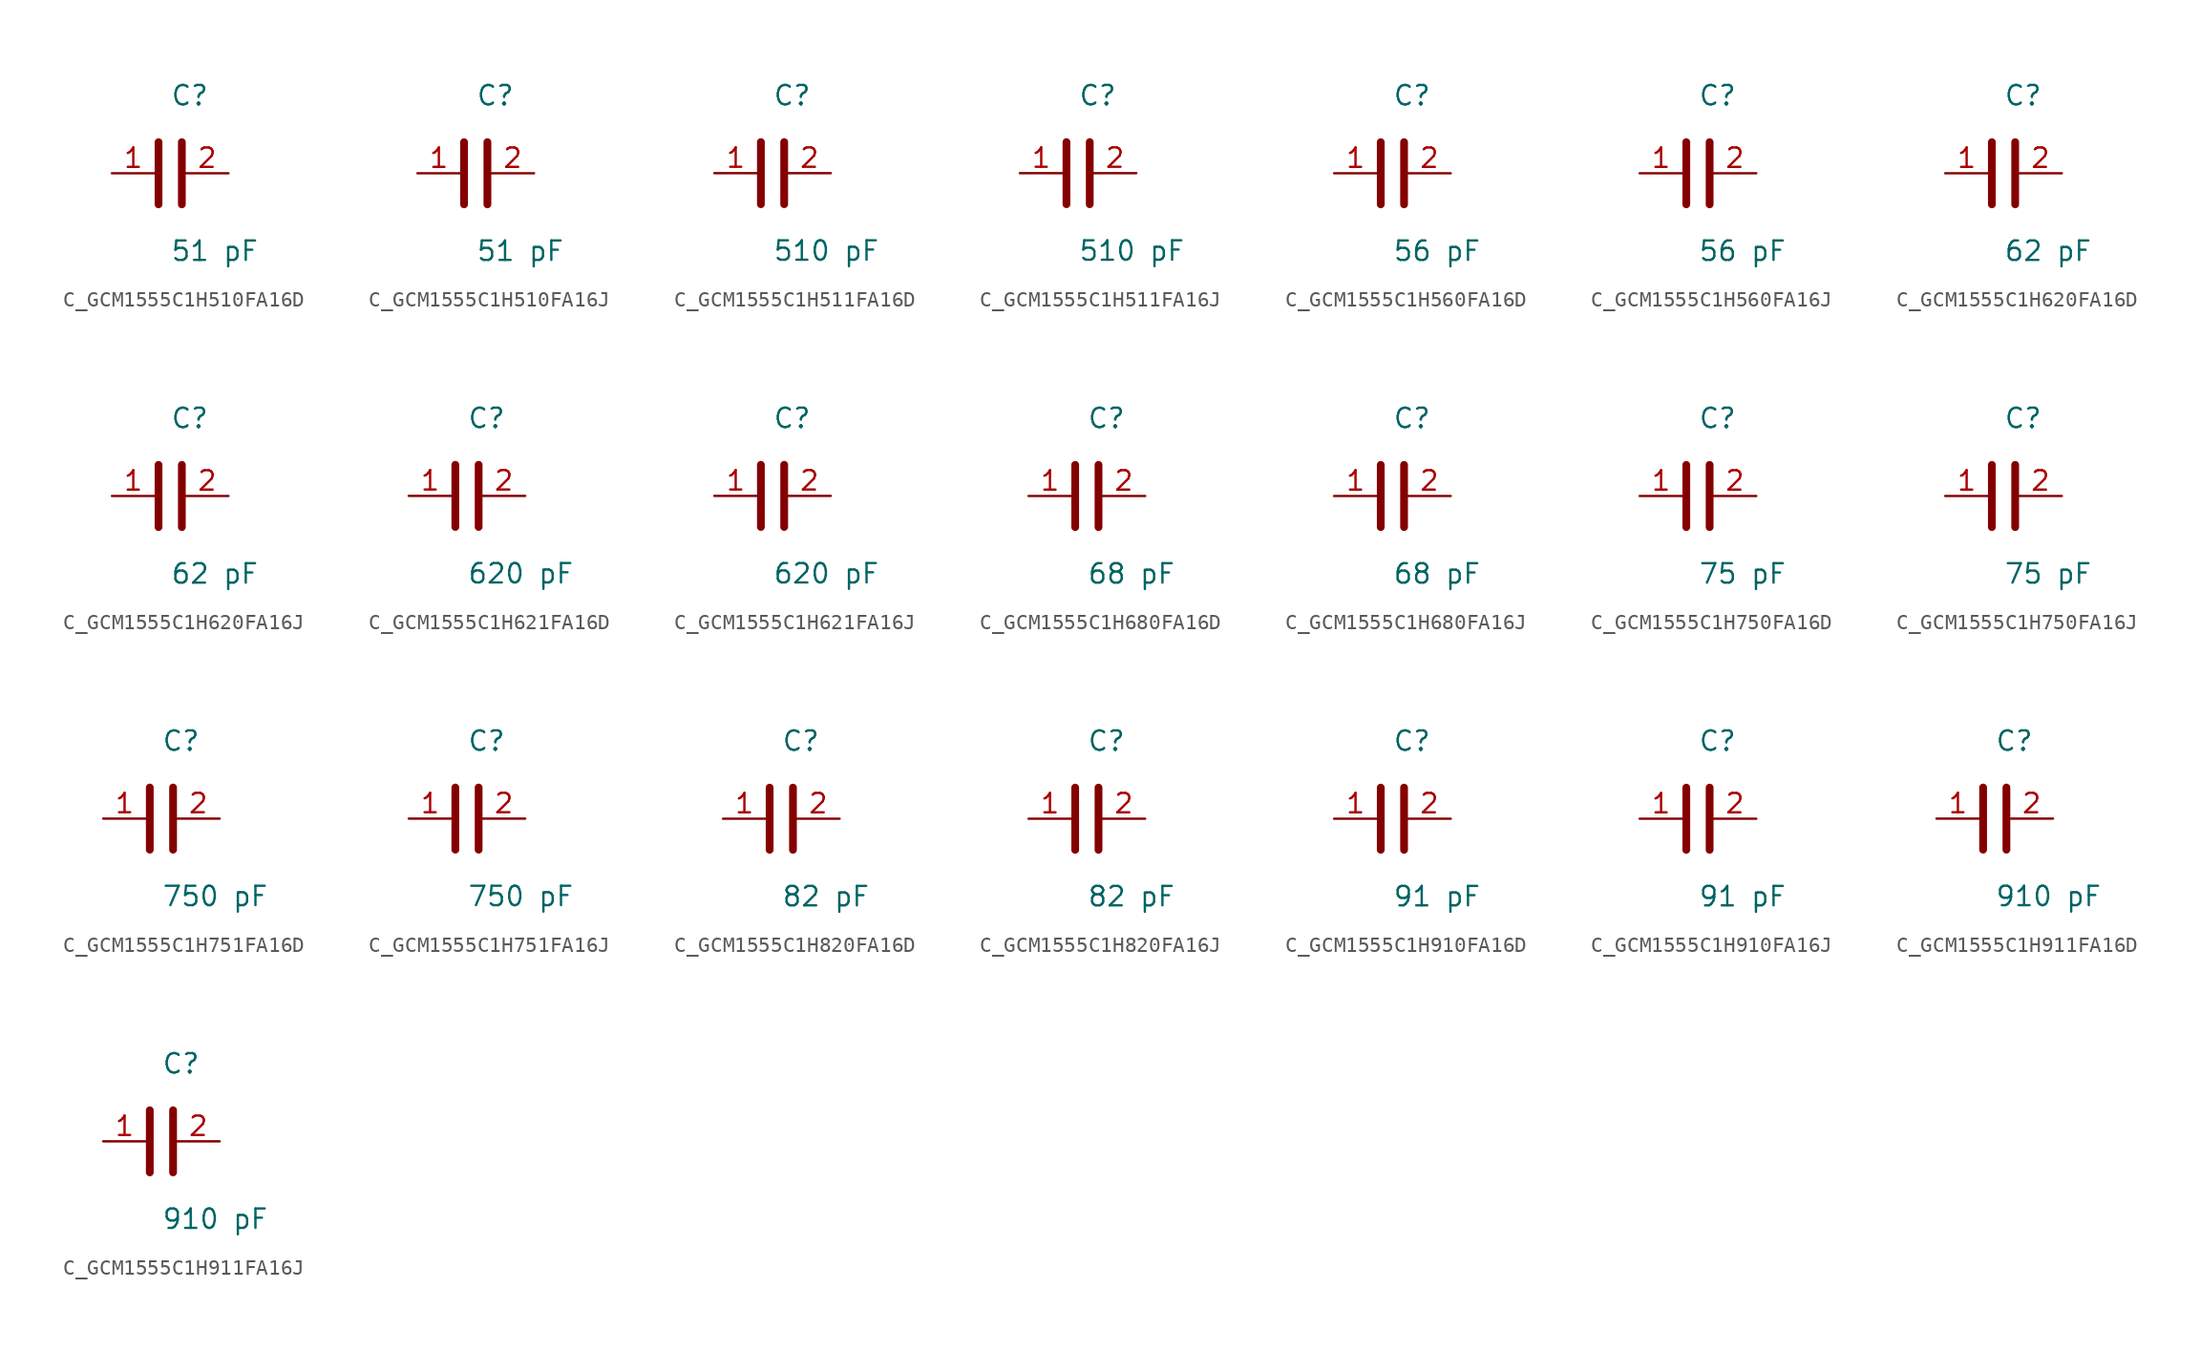
<source format=kicad_sym>
(kicad_symbol_lib
  (version 20231120)
  (generator kicad_symbol_editor)
  (generator_version 8.0)
  (symbol "C_GCM1555C1H510FA16D"
    (pin_names
      (offset 0.254))
    (property "Reference" "C"
      (at 0.0 5.08 0)
      (effects (font (size 1.27 1.27)) (justify left)))
    (property "Value" "51 pF"
      (at 0.0 -5.08 0)
      (effects (font (size 1.27 1.27)) (justify left)))
    (symbol "C_GCM1555C1H510FA16D_0_1"
      (polyline (pts (xy -0.762 -2.032) (xy -0.762 2.032)) (stroke (width 0.508) (type default)) (fill (type none)))
      (polyline (pts (xy 0.762 -2.032) (xy 0.762 2.032)) (stroke (width 0.508) (type default)) (fill (type none))))
    (pin unspecified line
      (at -3.81 0 0)
      (length 2.8)
      (name "" (effects (font (size 1.27 1.27))))
      (number "1" (effects (font (size 1.27 1.27)))))
    (pin unspecified line
      (at 3.81 0 180)
      (length 2.8)
      (name "" (effects (font (size 1.27 1.27))))
      (number "2" (effects (font (size 1.27 1.27))))))
  (symbol "C_GCM1555C1H510FA16J"
    (pin_names
      (offset 0.254))
    (property "Reference" "C"
      (at 0.0 5.08 0)
      (effects (font (size 1.27 1.27)) (justify left)))
    (property "Value" "51 pF"
      (at 0.0 -5.08 0)
      (effects (font (size 1.27 1.27)) (justify left)))
    (symbol "C_GCM1555C1H510FA16J_0_1"
      (polyline (pts (xy -0.762 -2.032) (xy -0.762 2.032)) (stroke (width 0.508) (type default)) (fill (type none)))
      (polyline (pts (xy 0.762 -2.032) (xy 0.762 2.032)) (stroke (width 0.508) (type default)) (fill (type none))))
    (pin unspecified line
      (at -3.81 0 0)
      (length 2.8)
      (name "" (effects (font (size 1.27 1.27))))
      (number "1" (effects (font (size 1.27 1.27)))))
    (pin unspecified line
      (at 3.81 0 180)
      (length 2.8)
      (name "" (effects (font (size 1.27 1.27))))
      (number "2" (effects (font (size 1.27 1.27))))))
  (symbol "C_GCM1555C1H511FA16D"
    (pin_names
      (offset 0.254))
    (property "Reference" "C"
      (at 0.0 5.08 0)
      (effects (font (size 1.27 1.27)) (justify left)))
    (property "Value" "510 pF"
      (at 0.0 -5.08 0)
      (effects (font (size 1.27 1.27)) (justify left)))
    (symbol "C_GCM1555C1H511FA16D_0_1"
      (polyline (pts (xy -0.762 -2.032) (xy -0.762 2.032)) (stroke (width 0.508) (type default)) (fill (type none)))
      (polyline (pts (xy 0.762 -2.032) (xy 0.762 2.032)) (stroke (width 0.508) (type default)) (fill (type none))))
    (pin unspecified line
      (at -3.81 0 0)
      (length 2.8)
      (name "" (effects (font (size 1.27 1.27))))
      (number "1" (effects (font (size 1.27 1.27)))))
    (pin unspecified line
      (at 3.81 0 180)
      (length 2.8)
      (name "" (effects (font (size 1.27 1.27))))
      (number "2" (effects (font (size 1.27 1.27))))))
  (symbol "C_GCM1555C1H511FA16J"
    (pin_names
      (offset 0.254))
    (property "Reference" "C"
      (at 0.0 5.08 0)
      (effects (font (size 1.27 1.27)) (justify left)))
    (property "Value" "510 pF"
      (at 0.0 -5.08 0)
      (effects (font (size 1.27 1.27)) (justify left)))
    (symbol "C_GCM1555C1H511FA16J_0_1"
      (polyline (pts (xy -0.762 -2.032) (xy -0.762 2.032)) (stroke (width 0.508) (type default)) (fill (type none)))
      (polyline (pts (xy 0.762 -2.032) (xy 0.762 2.032)) (stroke (width 0.508) (type default)) (fill (type none))))
    (pin unspecified line
      (at -3.81 0 0)
      (length 2.8)
      (name "" (effects (font (size 1.27 1.27))))
      (number "1" (effects (font (size 1.27 1.27)))))
    (pin unspecified line
      (at 3.81 0 180)
      (length 2.8)
      (name "" (effects (font (size 1.27 1.27))))
      (number "2" (effects (font (size 1.27 1.27))))))
  (symbol "C_GCM1555C1H560FA16D"
    (pin_names
      (offset 0.254))
    (property "Reference" "C"
      (at 0.0 5.08 0)
      (effects (font (size 1.27 1.27)) (justify left)))
    (property "Value" "56 pF"
      (at 0.0 -5.08 0)
      (effects (font (size 1.27 1.27)) (justify left)))
    (symbol "C_GCM1555C1H560FA16D_0_1"
      (polyline (pts (xy -0.762 -2.032) (xy -0.762 2.032)) (stroke (width 0.508) (type default)) (fill (type none)))
      (polyline (pts (xy 0.762 -2.032) (xy 0.762 2.032)) (stroke (width 0.508) (type default)) (fill (type none))))
    (pin unspecified line
      (at -3.81 0 0)
      (length 2.8)
      (name "" (effects (font (size 1.27 1.27))))
      (number "1" (effects (font (size 1.27 1.27)))))
    (pin unspecified line
      (at 3.81 0 180)
      (length 2.8)
      (name "" (effects (font (size 1.27 1.27))))
      (number "2" (effects (font (size 1.27 1.27))))))
  (symbol "C_GCM1555C1H560FA16J"
    (pin_names
      (offset 0.254))
    (property "Reference" "C"
      (at 0.0 5.08 0)
      (effects (font (size 1.27 1.27)) (justify left)))
    (property "Value" "56 pF"
      (at 0.0 -5.08 0)
      (effects (font (size 1.27 1.27)) (justify left)))
    (symbol "C_GCM1555C1H560FA16J_0_1"
      (polyline (pts (xy -0.762 -2.032) (xy -0.762 2.032)) (stroke (width 0.508) (type default)) (fill (type none)))
      (polyline (pts (xy 0.762 -2.032) (xy 0.762 2.032)) (stroke (width 0.508) (type default)) (fill (type none))))
    (pin unspecified line
      (at -3.81 0 0)
      (length 2.8)
      (name "" (effects (font (size 1.27 1.27))))
      (number "1" (effects (font (size 1.27 1.27)))))
    (pin unspecified line
      (at 3.81 0 180)
      (length 2.8)
      (name "" (effects (font (size 1.27 1.27))))
      (number "2" (effects (font (size 1.27 1.27))))))
  (symbol "C_GCM1555C1H620FA16D"
    (pin_names
      (offset 0.254))
    (property "Reference" "C"
      (at 0.0 5.08 0)
      (effects (font (size 1.27 1.27)) (justify left)))
    (property "Value" "62 pF"
      (at 0.0 -5.08 0)
      (effects (font (size 1.27 1.27)) (justify left)))
    (symbol "C_GCM1555C1H620FA16D_0_1"
      (polyline (pts (xy -0.762 -2.032) (xy -0.762 2.032)) (stroke (width 0.508) (type default)) (fill (type none)))
      (polyline (pts (xy 0.762 -2.032) (xy 0.762 2.032)) (stroke (width 0.508) (type default)) (fill (type none))))
    (pin unspecified line
      (at -3.81 0 0)
      (length 2.8)
      (name "" (effects (font (size 1.27 1.27))))
      (number "1" (effects (font (size 1.27 1.27)))))
    (pin unspecified line
      (at 3.81 0 180)
      (length 2.8)
      (name "" (effects (font (size 1.27 1.27))))
      (number "2" (effects (font (size 1.27 1.27))))))
  (symbol "C_GCM1555C1H620FA16J"
    (pin_names
      (offset 0.254))
    (property "Reference" "C"
      (at 0.0 5.08 0)
      (effects (font (size 1.27 1.27)) (justify left)))
    (property "Value" "62 pF"
      (at 0.0 -5.08 0)
      (effects (font (size 1.27 1.27)) (justify left)))
    (symbol "C_GCM1555C1H620FA16J_0_1"
      (polyline (pts (xy -0.762 -2.032) (xy -0.762 2.032)) (stroke (width 0.508) (type default)) (fill (type none)))
      (polyline (pts (xy 0.762 -2.032) (xy 0.762 2.032)) (stroke (width 0.508) (type default)) (fill (type none))))
    (pin unspecified line
      (at -3.81 0 0)
      (length 2.8)
      (name "" (effects (font (size 1.27 1.27))))
      (number "1" (effects (font (size 1.27 1.27)))))
    (pin unspecified line
      (at 3.81 0 180)
      (length 2.8)
      (name "" (effects (font (size 1.27 1.27))))
      (number "2" (effects (font (size 1.27 1.27))))))
  (symbol "C_GCM1555C1H621FA16D"
    (pin_names
      (offset 0.254))
    (property "Reference" "C"
      (at 0.0 5.08 0)
      (effects (font (size 1.27 1.27)) (justify left)))
    (property "Value" "620 pF"
      (at 0.0 -5.08 0)
      (effects (font (size 1.27 1.27)) (justify left)))
    (symbol "C_GCM1555C1H621FA16D_0_1"
      (polyline (pts (xy -0.762 -2.032) (xy -0.762 2.032)) (stroke (width 0.508) (type default)) (fill (type none)))
      (polyline (pts (xy 0.762 -2.032) (xy 0.762 2.032)) (stroke (width 0.508) (type default)) (fill (type none))))
    (pin unspecified line
      (at -3.81 0 0)
      (length 2.8)
      (name "" (effects (font (size 1.27 1.27))))
      (number "1" (effects (font (size 1.27 1.27)))))
    (pin unspecified line
      (at 3.81 0 180)
      (length 2.8)
      (name "" (effects (font (size 1.27 1.27))))
      (number "2" (effects (font (size 1.27 1.27))))))
  (symbol "C_GCM1555C1H621FA16J"
    (pin_names
      (offset 0.254))
    (property "Reference" "C"
      (at 0.0 5.08 0)
      (effects (font (size 1.27 1.27)) (justify left)))
    (property "Value" "620 pF"
      (at 0.0 -5.08 0)
      (effects (font (size 1.27 1.27)) (justify left)))
    (symbol "C_GCM1555C1H621FA16J_0_1"
      (polyline (pts (xy -0.762 -2.032) (xy -0.762 2.032)) (stroke (width 0.508) (type default)) (fill (type none)))
      (polyline (pts (xy 0.762 -2.032) (xy 0.762 2.032)) (stroke (width 0.508) (type default)) (fill (type none))))
    (pin unspecified line
      (at -3.81 0 0)
      (length 2.8)
      (name "" (effects (font (size 1.27 1.27))))
      (number "1" (effects (font (size 1.27 1.27)))))
    (pin unspecified line
      (at 3.81 0 180)
      (length 2.8)
      (name "" (effects (font (size 1.27 1.27))))
      (number "2" (effects (font (size 1.27 1.27))))))
  (symbol "C_GCM1555C1H680FA16D"
    (pin_names
      (offset 0.254))
    (property "Reference" "C"
      (at 0.0 5.08 0)
      (effects (font (size 1.27 1.27)) (justify left)))
    (property "Value" "68 pF"
      (at 0.0 -5.08 0)
      (effects (font (size 1.27 1.27)) (justify left)))
    (symbol "C_GCM1555C1H680FA16D_0_1"
      (polyline (pts (xy -0.762 -2.032) (xy -0.762 2.032)) (stroke (width 0.508) (type default)) (fill (type none)))
      (polyline (pts (xy 0.762 -2.032) (xy 0.762 2.032)) (stroke (width 0.508) (type default)) (fill (type none))))
    (pin unspecified line
      (at -3.81 0 0)
      (length 2.8)
      (name "" (effects (font (size 1.27 1.27))))
      (number "1" (effects (font (size 1.27 1.27)))))
    (pin unspecified line
      (at 3.81 0 180)
      (length 2.8)
      (name "" (effects (font (size 1.27 1.27))))
      (number "2" (effects (font (size 1.27 1.27))))))
  (symbol "C_GCM1555C1H680FA16J"
    (pin_names
      (offset 0.254))
    (property "Reference" "C"
      (at 0.0 5.08 0)
      (effects (font (size 1.27 1.27)) (justify left)))
    (property "Value" "68 pF"
      (at 0.0 -5.08 0)
      (effects (font (size 1.27 1.27)) (justify left)))
    (symbol "C_GCM1555C1H680FA16J_0_1"
      (polyline (pts (xy -0.762 -2.032) (xy -0.762 2.032)) (stroke (width 0.508) (type default)) (fill (type none)))
      (polyline (pts (xy 0.762 -2.032) (xy 0.762 2.032)) (stroke (width 0.508) (type default)) (fill (type none))))
    (pin unspecified line
      (at -3.81 0 0)
      (length 2.8)
      (name "" (effects (font (size 1.27 1.27))))
      (number "1" (effects (font (size 1.27 1.27)))))
    (pin unspecified line
      (at 3.81 0 180)
      (length 2.8)
      (name "" (effects (font (size 1.27 1.27))))
      (number "2" (effects (font (size 1.27 1.27))))))
  (symbol "C_GCM1555C1H750FA16D"
    (pin_names
      (offset 0.254))
    (property "Reference" "C"
      (at 0.0 5.08 0)
      (effects (font (size 1.27 1.27)) (justify left)))
    (property "Value" "75 pF"
      (at 0.0 -5.08 0)
      (effects (font (size 1.27 1.27)) (justify left)))
    (symbol "C_GCM1555C1H750FA16D_0_1"
      (polyline (pts (xy -0.762 -2.032) (xy -0.762 2.032)) (stroke (width 0.508) (type default)) (fill (type none)))
      (polyline (pts (xy 0.762 -2.032) (xy 0.762 2.032)) (stroke (width 0.508) (type default)) (fill (type none))))
    (pin unspecified line
      (at -3.81 0 0)
      (length 2.8)
      (name "" (effects (font (size 1.27 1.27))))
      (number "1" (effects (font (size 1.27 1.27)))))
    (pin unspecified line
      (at 3.81 0 180)
      (length 2.8)
      (name "" (effects (font (size 1.27 1.27))))
      (number "2" (effects (font (size 1.27 1.27))))))
  (symbol "C_GCM1555C1H750FA16J"
    (pin_names
      (offset 0.254))
    (property "Reference" "C"
      (at 0.0 5.08 0)
      (effects (font (size 1.27 1.27)) (justify left)))
    (property "Value" "75 pF"
      (at 0.0 -5.08 0)
      (effects (font (size 1.27 1.27)) (justify left)))
    (symbol "C_GCM1555C1H750FA16J_0_1"
      (polyline (pts (xy -0.762 -2.032) (xy -0.762 2.032)) (stroke (width 0.508) (type default)) (fill (type none)))
      (polyline (pts (xy 0.762 -2.032) (xy 0.762 2.032)) (stroke (width 0.508) (type default)) (fill (type none))))
    (pin unspecified line
      (at -3.81 0 0)
      (length 2.8)
      (name "" (effects (font (size 1.27 1.27))))
      (number "1" (effects (font (size 1.27 1.27)))))
    (pin unspecified line
      (at 3.81 0 180)
      (length 2.8)
      (name "" (effects (font (size 1.27 1.27))))
      (number "2" (effects (font (size 1.27 1.27))))))
  (symbol "C_GCM1555C1H751FA16D"
    (pin_names
      (offset 0.254))
    (property "Reference" "C"
      (at 0.0 5.08 0)
      (effects (font (size 1.27 1.27)) (justify left)))
    (property "Value" "750 pF"
      (at 0.0 -5.08 0)
      (effects (font (size 1.27 1.27)) (justify left)))
    (symbol "C_GCM1555C1H751FA16D_0_1"
      (polyline (pts (xy -0.762 -2.032) (xy -0.762 2.032)) (stroke (width 0.508) (type default)) (fill (type none)))
      (polyline (pts (xy 0.762 -2.032) (xy 0.762 2.032)) (stroke (width 0.508) (type default)) (fill (type none))))
    (pin unspecified line
      (at -3.81 0 0)
      (length 2.8)
      (name "" (effects (font (size 1.27 1.27))))
      (number "1" (effects (font (size 1.27 1.27)))))
    (pin unspecified line
      (at 3.81 0 180)
      (length 2.8)
      (name "" (effects (font (size 1.27 1.27))))
      (number "2" (effects (font (size 1.27 1.27))))))
  (symbol "C_GCM1555C1H751FA16J"
    (pin_names
      (offset 0.254))
    (property "Reference" "C"
      (at 0.0 5.08 0)
      (effects (font (size 1.27 1.27)) (justify left)))
    (property "Value" "750 pF"
      (at 0.0 -5.08 0)
      (effects (font (size 1.27 1.27)) (justify left)))
    (symbol "C_GCM1555C1H751FA16J_0_1"
      (polyline (pts (xy -0.762 -2.032) (xy -0.762 2.032)) (stroke (width 0.508) (type default)) (fill (type none)))
      (polyline (pts (xy 0.762 -2.032) (xy 0.762 2.032)) (stroke (width 0.508) (type default)) (fill (type none))))
    (pin unspecified line
      (at -3.81 0 0)
      (length 2.8)
      (name "" (effects (font (size 1.27 1.27))))
      (number "1" (effects (font (size 1.27 1.27)))))
    (pin unspecified line
      (at 3.81 0 180)
      (length 2.8)
      (name "" (effects (font (size 1.27 1.27))))
      (number "2" (effects (font (size 1.27 1.27))))))
  (symbol "C_GCM1555C1H820FA16D"
    (pin_names
      (offset 0.254))
    (property "Reference" "C"
      (at 0.0 5.08 0)
      (effects (font (size 1.27 1.27)) (justify left)))
    (property "Value" "82 pF"
      (at 0.0 -5.08 0)
      (effects (font (size 1.27 1.27)) (justify left)))
    (symbol "C_GCM1555C1H820FA16D_0_1"
      (polyline (pts (xy -0.762 -2.032) (xy -0.762 2.032)) (stroke (width 0.508) (type default)) (fill (type none)))
      (polyline (pts (xy 0.762 -2.032) (xy 0.762 2.032)) (stroke (width 0.508) (type default)) (fill (type none))))
    (pin unspecified line
      (at -3.81 0 0)
      (length 2.8)
      (name "" (effects (font (size 1.27 1.27))))
      (number "1" (effects (font (size 1.27 1.27)))))
    (pin unspecified line
      (at 3.81 0 180)
      (length 2.8)
      (name "" (effects (font (size 1.27 1.27))))
      (number "2" (effects (font (size 1.27 1.27))))))
  (symbol "C_GCM1555C1H820FA16J"
    (pin_names
      (offset 0.254))
    (property "Reference" "C"
      (at 0.0 5.08 0)
      (effects (font (size 1.27 1.27)) (justify left)))
    (property "Value" "82 pF"
      (at 0.0 -5.08 0)
      (effects (font (size 1.27 1.27)) (justify left)))
    (symbol "C_GCM1555C1H820FA16J_0_1"
      (polyline (pts (xy -0.762 -2.032) (xy -0.762 2.032)) (stroke (width 0.508) (type default)) (fill (type none)))
      (polyline (pts (xy 0.762 -2.032) (xy 0.762 2.032)) (stroke (width 0.508) (type default)) (fill (type none))))
    (pin unspecified line
      (at -3.81 0 0)
      (length 2.8)
      (name "" (effects (font (size 1.27 1.27))))
      (number "1" (effects (font (size 1.27 1.27)))))
    (pin unspecified line
      (at 3.81 0 180)
      (length 2.8)
      (name "" (effects (font (size 1.27 1.27))))
      (number "2" (effects (font (size 1.27 1.27))))))
  (symbol "C_GCM1555C1H910FA16D"
    (pin_names
      (offset 0.254))
    (property "Reference" "C"
      (at 0.0 5.08 0)
      (effects (font (size 1.27 1.27)) (justify left)))
    (property "Value" "91 pF"
      (at 0.0 -5.08 0)
      (effects (font (size 1.27 1.27)) (justify left)))
    (symbol "C_GCM1555C1H910FA16D_0_1"
      (polyline (pts (xy -0.762 -2.032) (xy -0.762 2.032)) (stroke (width 0.508) (type default)) (fill (type none)))
      (polyline (pts (xy 0.762 -2.032) (xy 0.762 2.032)) (stroke (width 0.508) (type default)) (fill (type none))))
    (pin unspecified line
      (at -3.81 0 0)
      (length 2.8)
      (name "" (effects (font (size 1.27 1.27))))
      (number "1" (effects (font (size 1.27 1.27)))))
    (pin unspecified line
      (at 3.81 0 180)
      (length 2.8)
      (name "" (effects (font (size 1.27 1.27))))
      (number "2" (effects (font (size 1.27 1.27))))))
  (symbol "C_GCM1555C1H910FA16J"
    (pin_names
      (offset 0.254))
    (property "Reference" "C"
      (at 0.0 5.08 0)
      (effects (font (size 1.27 1.27)) (justify left)))
    (property "Value" "91 pF"
      (at 0.0 -5.08 0)
      (effects (font (size 1.27 1.27)) (justify left)))
    (symbol "C_GCM1555C1H910FA16J_0_1"
      (polyline (pts (xy -0.762 -2.032) (xy -0.762 2.032)) (stroke (width 0.508) (type default)) (fill (type none)))
      (polyline (pts (xy 0.762 -2.032) (xy 0.762 2.032)) (stroke (width 0.508) (type default)) (fill (type none))))
    (pin unspecified line
      (at -3.81 0 0)
      (length 2.8)
      (name "" (effects (font (size 1.27 1.27))))
      (number "1" (effects (font (size 1.27 1.27)))))
    (pin unspecified line
      (at 3.81 0 180)
      (length 2.8)
      (name "" (effects (font (size 1.27 1.27))))
      (number "2" (effects (font (size 1.27 1.27))))))
  (symbol "C_GCM1555C1H911FA16D"
    (pin_names
      (offset 0.254))
    (property "Reference" "C"
      (at 0.0 5.08 0)
      (effects (font (size 1.27 1.27)) (justify left)))
    (property "Value" "910 pF"
      (at 0.0 -5.08 0)
      (effects (font (size 1.27 1.27)) (justify left)))
    (symbol "C_GCM1555C1H911FA16D_0_1"
      (polyline (pts (xy -0.762 -2.032) (xy -0.762 2.032)) (stroke (width 0.508) (type default)) (fill (type none)))
      (polyline (pts (xy 0.762 -2.032) (xy 0.762 2.032)) (stroke (width 0.508) (type default)) (fill (type none))))
    (pin unspecified line
      (at -3.81 0 0)
      (length 2.8)
      (name "" (effects (font (size 1.27 1.27))))
      (number "1" (effects (font (size 1.27 1.27)))))
    (pin unspecified line
      (at 3.81 0 180)
      (length 2.8)
      (name "" (effects (font (size 1.27 1.27))))
      (number "2" (effects (font (size 1.27 1.27))))))
  (symbol "C_GCM1555C1H911FA16J"
    (pin_names
      (offset 0.254))
    (property "Reference" "C"
      (at 0.0 5.08 0)
      (effects (font (size 1.27 1.27)) (justify left)))
    (property "Value" "910 pF"
      (at 0.0 -5.08 0)
      (effects (font (size 1.27 1.27)) (justify left)))
    (symbol "C_GCM1555C1H911FA16J_0_1"
      (polyline (pts (xy -0.762 -2.032) (xy -0.762 2.032)) (stroke (width 0.508) (type default)) (fill (type none)))
      (polyline (pts (xy 0.762 -2.032) (xy 0.762 2.032)) (stroke (width 0.508) (type default)) (fill (type none))))
    (pin unspecified line
      (at -3.81 0 0)
      (length 2.8)
      (name "" (effects (font (size 1.27 1.27))))
      (number "1" (effects (font (size 1.27 1.27)))))
    (pin unspecified line
      (at 3.81 0 180)
      (length 2.8)
      (name "" (effects (font (size 1.27 1.27))))
      (number "2" (effects (font (size 1.27 1.27)))))))
</source>
